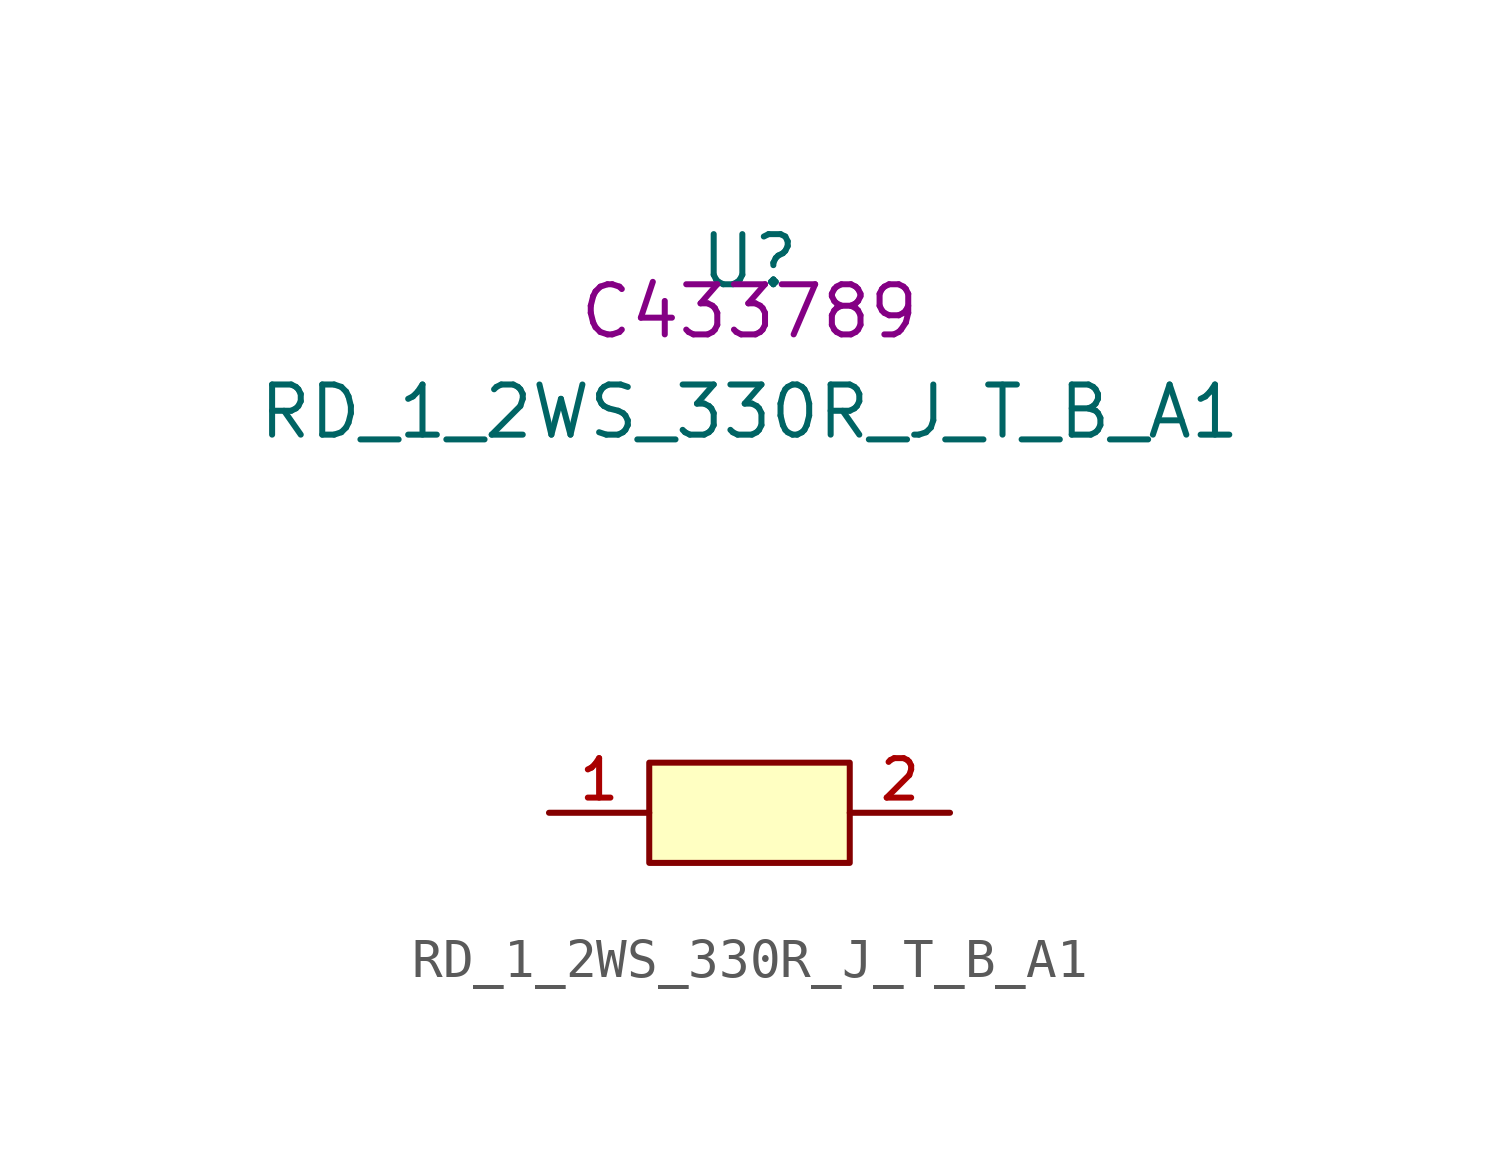
<source format=kicad_sym>
(kicad_symbol_lib
  (version 20210201)
  (generator TousstNicolas/JLC2KiCad_lib)
  (symbol "RD_1_2WS_330R_J_T_B_A1"
    (pin_names hide)
    (property "Reference" "U"
      (at 0 1.27 0)
      (effects (font (size 1.27 1.27))))
    (property "Value" "RD_1_2WS_330R_J_T_B_A1"
      (at 0 -2.54 0)
      (effects (font (size 1.27 1.27))))
    (property "LCSC" "C433789"
      (at 0 0 0)
      (effects (font (size 1.27 1.27))))
    (symbol "RD_1_2WS_330R_J_T_B_A1_0_0"
      (pin unspecified line (at -5.08 -12.7 0) (length 2.54) (name "1" (effects (font (size 1 1)))) (number "1" (effects (font (size 1 1)))))
      (pin unspecified line (at 5.08 -12.7 180) (length 2.54) (name "2" (effects (font (size 1 1)))) (number "2" (effects (font (size 1 1)))))
      (rectangle (start -2.54 -11.43) (end 2.54 -13.97) (stroke (width 0) (type default) (color 0 0 0 0)) (fill (type background))))))
</source>
